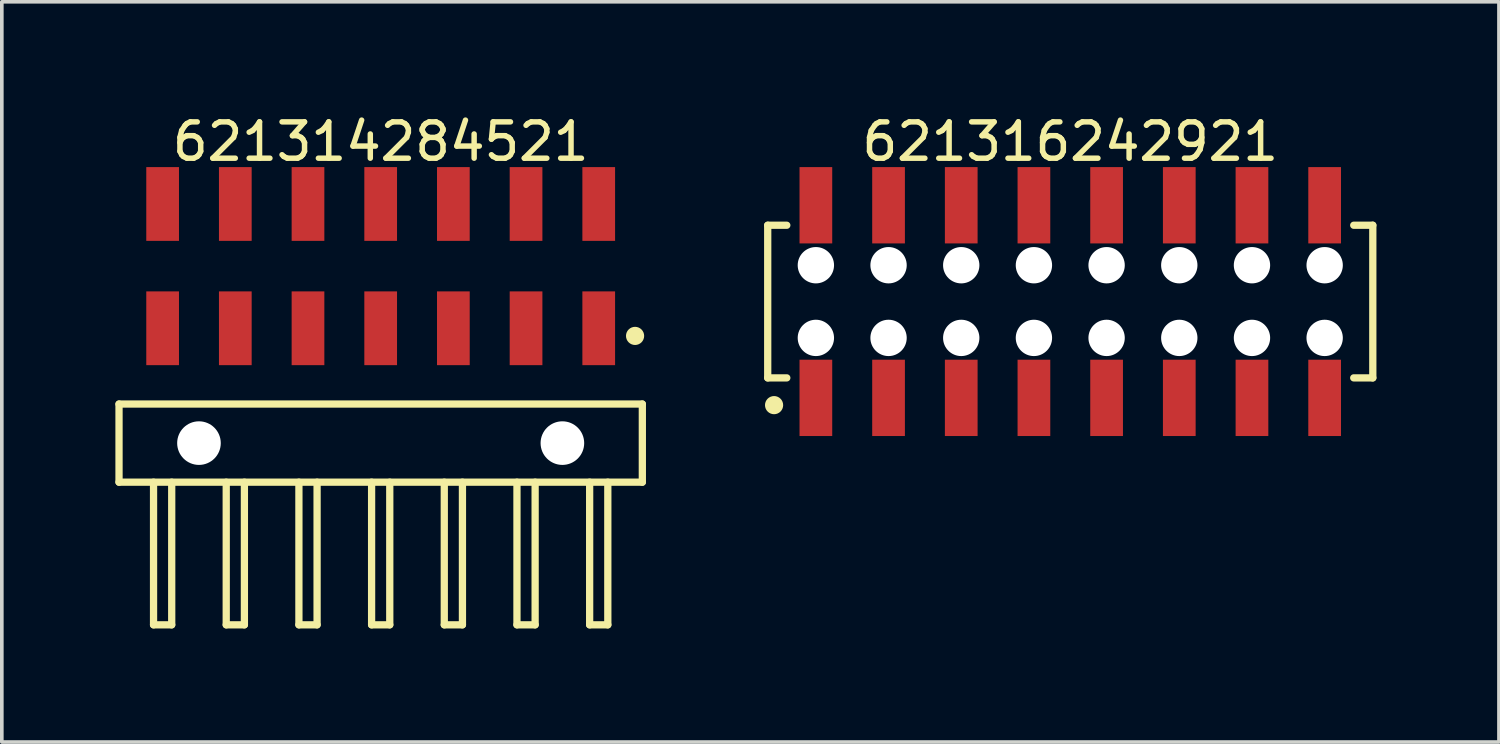
<source format=kicad_pcb>
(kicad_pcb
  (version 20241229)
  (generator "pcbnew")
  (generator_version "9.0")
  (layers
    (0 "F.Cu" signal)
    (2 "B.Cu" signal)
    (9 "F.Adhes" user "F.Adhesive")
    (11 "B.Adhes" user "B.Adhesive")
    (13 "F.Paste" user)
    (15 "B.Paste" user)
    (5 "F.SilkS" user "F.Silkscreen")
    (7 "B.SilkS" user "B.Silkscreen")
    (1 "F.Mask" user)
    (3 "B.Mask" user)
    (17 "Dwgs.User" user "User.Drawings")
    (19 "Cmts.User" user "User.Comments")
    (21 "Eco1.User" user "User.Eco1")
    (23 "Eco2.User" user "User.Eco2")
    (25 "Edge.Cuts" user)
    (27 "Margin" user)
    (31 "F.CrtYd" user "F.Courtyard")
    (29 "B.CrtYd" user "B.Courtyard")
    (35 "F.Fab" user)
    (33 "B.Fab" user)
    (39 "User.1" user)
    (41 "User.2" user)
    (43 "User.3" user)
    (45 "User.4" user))
  (footprint "621314284521"
    (layer "F.Cu")
    (at 7.425 9.143)
    (property "Reference" "621314284521" (at 0 -8.295 0) (layer "F.SilkS") (effects (font (size 1 1) (thickness 0.15))))
    (fp_line (start -7.2 -1.075) (end 7.2 -1.075) (stroke (width 0.2) (type solid)) (layer "F.SilkS"))
    (fp_line (start -7.2 1.075) (end -7.2 -1.075) (stroke (width 0.2) (type solid)) (layer "F.SilkS"))
    (fp_line (start -7.2 1.075) (end 7.2 1.075) (stroke (width 0.2) (type solid)) (layer "F.SilkS"))
    (fp_line (start -6.25 5) (end -6.25 1.075) (stroke (width 0.2) (type solid)) (layer "F.SilkS"))
    (fp_line (start -6.25 5) (end -5.75 5) (stroke (width 0.2) (type solid)) (layer "F.SilkS"))
    (fp_line (start -5.75 5) (end -5.75 1.075) (stroke (width 0.2) (type solid)) (layer "F.SilkS"))
    (fp_line (start -4.25 5) (end -4.25 1.075) (stroke (width 0.2) (type solid)) (layer "F.SilkS"))
    (fp_line (start -4.25 5) (end -3.75 5) (stroke (width 0.2) (type solid)) (layer "F.SilkS"))
    (fp_line (start -3.75 5) (end -3.75 1.075) (stroke (width 0.2) (type solid)) (layer "F.SilkS"))
    (fp_line (start -2.25 5) (end -2.25 1.075) (stroke (width 0.2) (type solid)) (layer "F.SilkS"))
    (fp_line (start -2.25 5) (end -1.75 5) (stroke (width 0.2) (type solid)) (layer "F.SilkS"))
    (fp_line (start -1.75 5) (end -1.75 1.075) (stroke (width 0.2) (type solid)) (layer "F.SilkS"))
    (fp_line (start -0.25 5) (end -0.25 1.075) (stroke (width 0.2) (type solid)) (layer "F.SilkS"))
    (fp_line (start -0.25 5) (end 0.25 5) (stroke (width 0.2) (type solid)) (layer "F.SilkS"))
    (fp_line (start 0.25 5) (end 0.25 1.075) (stroke (width 0.2) (type solid)) (layer "F.SilkS"))
    (fp_line (start 1.75 5) (end 1.75 1.075) (stroke (width 0.2) (type solid)) (layer "F.SilkS"))
    (fp_line (start 1.75 5) (end 2.25 5) (stroke (width 0.2) (type solid)) (layer "F.SilkS"))
    (fp_line (start 2.25 5) (end 2.25 1.075) (stroke (width 0.2) (type solid)) (layer "F.SilkS"))
    (fp_line (start 3.75 5) (end 3.75 1.075) (stroke (width 0.2) (type solid)) (layer "F.SilkS"))
    (fp_line (start 3.75 5) (end 4.25 5) (stroke (width 0.2) (type solid)) (layer "F.SilkS"))
    (fp_line (start 4.25 5) (end 4.25 1.075) (stroke (width 0.2) (type solid)) (layer "F.SilkS"))
    (fp_line (start 5.75 5) (end 5.75 1.075) (stroke (width 0.2) (type solid)) (layer "F.SilkS"))
    (fp_line (start 5.75 5) (end 6.25 5) (stroke (width 0.2) (type solid)) (layer "F.SilkS"))
    (fp_line (start 6.25 5) (end 6.25 1.075) (stroke (width 0.2) (type solid)) (layer "F.SilkS"))
    (fp_line (start 7.2 1.075) (end 7.2 -1.075) (stroke (width 0.2) (type solid)) (layer "F.SilkS"))
    (fp_circle (center 7 -2.95) (end 7 -3.075) (stroke (width 0.25) (type solid)) (fill no) (layer "F.SilkS"))
    (fp_line (start -7.4 -7.795) (end 7.4 -7.795) (stroke (width 0.05) (type solid)) (layer "Eco2.User"))
    (fp_line (start -7.4 5.2) (end -7.4 -7.795) (stroke (width 0.05) (type solid)) (layer "Eco2.User"))
    (fp_line (start -7.4 5.2) (end 7.4 5.2) (stroke (width 0.05) (type solid)) (layer "Eco2.User"))
    (fp_line (start -7 -1) (end 7 -1) (stroke (width 0.1) (type solid)) (layer "Eco2.User"))
    (fp_line (start -7 1) (end -7 -1) (stroke (width 0.1) (type solid)) (layer "Eco2.User"))
    (fp_line (start -7 1) (end 7 1) (stroke (width 0.1) (type solid)) (layer "Eco2.User"))
    (fp_line (start -6.25 -7.22) (end -5.75 -7.22) (stroke (width 0.1) (type solid)) (layer "Eco2.User"))
    (fp_line (start -6.25 -3.8) (end -5.75 -3.8) (stroke (width 0.1) (type solid)) (layer "Eco2.User"))
    (fp_line (start -6.25 -1) (end -6.25 -7.22) (stroke (width 0.1) (type solid)) (layer "Eco2.User"))
    (fp_line (start -6.25 5) (end -6.25 1) (stroke (width 0.1) (type solid)) (layer "Eco2.User"))
    (fp_line (start -6.25 5) (end -5.75 5) (stroke (width 0.1) (type solid)) (layer "Eco2.User"))
    (fp_line (start -5.75 -1) (end -5.75 -7.22) (stroke (width 0.1) (type solid)) (layer "Eco2.User"))
    (fp_line (start -5.75 5) (end -5.75 1) (stroke (width 0.1) (type solid)) (layer "Eco2.User"))
    (fp_line (start -4.25 -7.22) (end -3.75 -7.22) (stroke (width 0.1) (type solid)) (layer "Eco2.User"))
    (fp_line (start -4.25 -3.8) (end -3.75 -3.8) (stroke (width 0.1) (type solid)) (layer "Eco2.User"))
    (fp_line (start -4.25 -1) (end -4.25 -7.22) (stroke (width 0.1) (type solid)) (layer "Eco2.User"))
    (fp_line (start -4.25 5) (end -4.25 1) (stroke (width 0.1) (type solid)) (layer "Eco2.User"))
    (fp_line (start -4.25 5) (end -3.75 5) (stroke (width 0.1) (type solid)) (layer "Eco2.User"))
    (fp_line (start -3.75 -1) (end -3.75 -7.22) (stroke (width 0.1) (type solid)) (layer "Eco2.User"))
    (fp_line (start -3.75 5) (end -3.75 1) (stroke (width 0.1) (type solid)) (layer "Eco2.User"))
    (fp_line (start -2.25 -7.22) (end -1.75 -7.22) (stroke (width 0.1) (type solid)) (layer "Eco2.User"))
    (fp_line (start -2.25 -3.8) (end -1.75 -3.8) (stroke (width 0.1) (type solid)) (layer "Eco2.User"))
    (fp_line (start -2.25 -1) (end -2.25 -7.22) (stroke (width 0.1) (type solid)) (layer "Eco2.User"))
    (fp_line (start -2.25 5) (end -2.25 1) (stroke (width 0.1) (type solid)) (layer "Eco2.User"))
    (fp_line (start -2.25 5) (end -1.75 5) (stroke (width 0.1) (type solid)) (layer "Eco2.User"))
    (fp_line (start -1.75 -1) (end -1.75 -7.22) (stroke (width 0.1) (type solid)) (layer "Eco2.User"))
    (fp_line (start -1.75 5) (end -1.75 1) (stroke (width 0.1) (type solid)) (layer "Eco2.User"))
    (fp_line (start -0.5 0) (end 0.5 0) (stroke (width 0.05) (type solid)) (layer "Eco2.User"))
    (fp_line (start -0.25 -7.22) (end 0.25 -7.22) (stroke (width 0.1) (type solid)) (layer "Eco2.User"))
    (fp_line (start -0.25 -3.8) (end 0.25 -3.8) (stroke (width 0.1) (type solid)) (layer "Eco2.User"))
    (fp_line (start -0.25 -1) (end -0.25 -7.22) (stroke (width 0.1) (type solid)) (layer "Eco2.User"))
    (fp_line (start -0.25 5) (end -0.25 1) (stroke (width 0.1) (type solid)) (layer "Eco2.User"))
    (fp_line (start -0.25 5) (end 0.25 5) (stroke (width 0.1) (type solid)) (layer "Eco2.User"))
    (fp_line (start 0 0.5) (end 0 -0.5) (stroke (width 0.05) (type solid)) (layer "Eco2.User"))
    (fp_line (start 0.25 -1) (end 0.25 -7.22) (stroke (width 0.1) (type solid)) (layer "Eco2.User"))
    (fp_line (start 0.25 5) (end 0.25 1) (stroke (width 0.1) (type solid)) (layer "Eco2.User"))
    (fp_line (start 1.75 -7.22) (end 2.25 -7.22) (stroke (width 0.1) (type solid)) (layer "Eco2.User"))
    (fp_line (start 1.75 -3.8) (end 2.25 -3.8) (stroke (width 0.1) (type solid)) (layer "Eco2.User"))
    (fp_line (start 1.75 -1) (end 1.75 -7.22) (stroke (width 0.1) (type solid)) (layer "Eco2.User"))
    (fp_line (start 1.75 5) (end 1.75 1) (stroke (width 0.1) (type solid)) (layer "Eco2.User"))
    (fp_line (start 1.75 5) (end 2.25 5) (stroke (width 0.1) (type solid)) (layer "Eco2.User"))
    (fp_line (start 2.25 -1) (end 2.25 -7.22) (stroke (width 0.1) (type solid)) (layer "Eco2.User"))
    (fp_line (start 2.25 5) (end 2.25 1) (stroke (width 0.1) (type solid)) (layer "Eco2.User"))
    (fp_line (start 3.75 -7.22) (end 4.25 -7.22) (stroke (width 0.1) (type solid)) (layer "Eco2.User"))
    (fp_line (start 3.75 -3.8) (end 4.25 -3.8) (stroke (width 0.1) (type solid)) (layer "Eco2.User"))
    (fp_line (start 3.75 -1) (end 3.75 -7.22) (stroke (width 0.1) (type solid)) (layer "Eco2.User"))
    (fp_line (start 3.75 5) (end 3.75 1) (stroke (width 0.1) (type solid)) (layer "Eco2.User"))
    (fp_line (start 3.75 5) (end 4.25 5) (stroke (width 0.1) (type solid)) (layer "Eco2.User"))
    (fp_line (start 4.25 -1) (end 4.25 -7.22) (stroke (width 0.1) (type solid)) (layer "Eco2.User"))
    (fp_line (start 4.25 5) (end 4.25 1) (stroke (width 0.1) (type solid)) (layer "Eco2.User"))
    (fp_line (start 5.75 5) (end 5.75 1) (stroke (width 0.1) (type solid)) (layer "Eco2.User"))
    (fp_line (start 5.75 5) (end 6.25 5) (stroke (width 0.1) (type solid)) (layer "Eco2.User"))
    (fp_line (start 5.75 -7.22) (end 6.25 -7.22) (stroke (width 0.1) (type solid)) (layer "Eco2.User"))
    (fp_line (start 5.75 -3.8) (end 6.25 -3.8) (stroke (width 0.1) (type solid)) (layer "Eco2.User"))
    (fp_line (start 5.75 -1) (end 5.75 -7.22) (stroke (width 0.1) (type solid)) (layer "Eco2.User"))
    (fp_line (start 6.25 5) (end 6.25 1) (stroke (width 0.1) (type solid)) (layer "Eco2.User"))
    (fp_line (start 6.25 -1) (end 6.25 -7.22) (stroke (width 0.1) (type solid)) (layer "Eco2.User"))
    (fp_line (start 7 1) (end 7 -1) (stroke (width 0.1) (type solid)) (layer "Eco2.User"))
    (fp_line (start 7.4 5.2) (end 7.4 -7.795) (stroke (width 0.05) (type solid)) (layer "Eco2.User"))
    (fp_text user "${REFERENCE}" (at 0.12 -0.158 0) (unlocked yes) (layer "User.3") (effects (font (size 1.2 1.2) (thickness 0.12))))
    (pad "" np_thru_hole circle (at -5 0 180) (size 1.2 1.2) (drill 1.2) (layers "*.Cu" "*.Mask"))
    (pad "" np_thru_hole circle (at 5 0) (size 1.2 1.2) (drill 1.2) (layers "*.Cu" "*.Mask"))
    (pad "1" smd rect (at 6 -3.16) (size 0.9 2.03) (layers "F.Cu" "F.Mask" "F.Paste"))
    (pad "2" smd rect (at 6 -6.58) (size 0.9 2.03) (layers "F.Cu" "F.Mask" "F.Paste"))
    (pad "3" smd rect (at 4 -3.16) (size 0.9 2.03) (layers "F.Cu" "F.Mask" "F.Paste"))
    (pad "4" smd rect (at 4 -6.58) (size 0.9 2.03) (layers "F.Cu" "F.Mask" "F.Paste"))
    (pad "5" smd rect (at 2 -3.16) (size 0.9 2.03) (layers "F.Cu" "F.Mask" "F.Paste"))
    (pad "6" smd rect (at 2 -6.58) (size 0.9 2.03) (layers "F.Cu" "F.Mask" "F.Paste"))
    (pad "7" smd rect (at 0 -3.16) (size 0.9 2.03) (layers "F.Cu" "F.Mask" "F.Paste"))
    (pad "8" smd rect (at 0 -6.58) (size 0.9 2.03) (layers "F.Cu" "F.Mask" "F.Paste"))
    (pad "9" smd rect (at -2 -3.16) (size 0.9 2.03) (layers "F.Cu" "F.Mask" "F.Paste"))
    (pad "10" smd rect (at -2 -6.58) (size 0.9 2.03) (layers "F.Cu" "F.Mask" "F.Paste"))
    (pad "11" smd rect (at -4 -3.16) (size 0.9 2.03) (layers "F.Cu" "F.Mask" "F.Paste"))
    (pad "12" smd rect (at -4 -6.58) (size 0.9 2.03) (layers "F.Cu" "F.Mask" "F.Paste"))
    (pad "13" smd rect (at -6 -3.16) (size 0.9 2.03) (layers "F.Cu" "F.Mask" "F.Paste"))
    (pad "14" smd rect (at -6 -6.58) (size 0.9 2.03) (layers "F.Cu" "F.Mask" "F.Paste")))
  (footprint "621316242921"
    (layer "F.Cu")
    (at 26.4 5.248)
    (property "Reference" "621316242921" (at 0 -4.4 0) (layer "F.SilkS") (effects (font (size 1 1) (thickness 0.15))))
    (fp_line (start -8.325 -2.1) (end -7.8 -2.1) (stroke (width 0.2) (type solid)) (layer "F.SilkS"))
    (fp_line (start -8.325 2.1) (end -8.325 -2.1) (stroke (width 0.2) (type solid)) (layer "F.SilkS"))
    (fp_line (start -8.325 2.1) (end -7.8 2.1) (stroke (width 0.2) (type solid)) (layer "F.SilkS"))
    (fp_line (start 7.8 -2.1) (end 8.325 -2.1) (stroke (width 0.2) (type solid)) (layer "F.SilkS"))
    (fp_line (start 7.8 2.1) (end 8.325 2.1) (stroke (width 0.2) (type solid)) (layer "F.SilkS"))
    (fp_line (start 8.325 2.1) (end 8.325 -2.1) (stroke (width 0.2) (type solid)) (layer "F.SilkS"))
    (fp_circle (center -8.15 2.85) (end -8.15 2.725) (stroke (width 0.25) (type solid)) (fill no) (layer "F.SilkS"))
    (fp_line (start -8.525 -3.9) (end 8.525 -3.9) (stroke (width 0.05) (type solid)) (layer "Eco2.User"))
    (fp_line (start -8.525 3.9) (end -8.525 -3.9) (stroke (width 0.05) (type solid)) (layer "Eco2.User"))
    (fp_line (start -8.525 3.9) (end 8.525 3.9) (stroke (width 0.05) (type solid)) (layer "Eco2.User"))
    (fp_line (start -8.2 -2) (end 8.2 -2) (stroke (width 0.1) (type solid)) (layer "Eco2.User"))
    (fp_line (start -8.2 2) (end -8.2 -2) (stroke (width 0.1) (type solid)) (layer "Eco2.User"))
    (fp_line (start -8.2 2) (end 8.2 2) (stroke (width 0.1) (type solid)) (layer "Eco2.User"))
    (fp_line (start -7.25 -3.1) (end -6.75 -3.1) (stroke (width 0.1) (type solid)) (layer "Eco2.User"))
    (fp_line (start -7.25 -2) (end -7.25 -3.1) (stroke (width 0.1) (type solid)) (layer "Eco2.User"))
    (fp_line (start -7.25 3.1) (end -7.25 2) (stroke (width 0.1) (type solid)) (layer "Eco2.User"))
    (fp_line (start -7.25 3.1) (end -6.75 3.1) (stroke (width 0.1) (type solid)) (layer "Eco2.User"))
    (fp_line (start -6.75 -2) (end -6.75 -3.1) (stroke (width 0.1) (type solid)) (layer "Eco2.User"))
    (fp_line (start -6.75 3.1) (end -6.75 2) (stroke (width 0.1) (type solid)) (layer "Eco2.User"))
    (fp_line (start -5.25 -3.1) (end -4.75 -3.1) (stroke (width 0.1) (type solid)) (layer "Eco2.User"))
    (fp_line (start -5.25 -2) (end -5.25 -3.1) (stroke (width 0.1) (type solid)) (layer "Eco2.User"))
    (fp_line (start -5.25 3.1) (end -5.25 2) (stroke (width 0.1) (type solid)) (layer "Eco2.User"))
    (fp_line (start -5.25 3.1) (end -4.75 3.1) (stroke (width 0.1) (type solid)) (layer "Eco2.User"))
    (fp_line (start -4.75 -2) (end -4.75 -3.1) (stroke (width 0.1) (type solid)) (layer "Eco2.User"))
    (fp_line (start -4.75 3.1) (end -4.75 2) (stroke (width 0.1) (type solid)) (layer "Eco2.User"))
    (fp_line (start -3.25 -3.1) (end -2.75 -3.1) (stroke (width 0.1) (type solid)) (layer "Eco2.User"))
    (fp_line (start -3.25 -2) (end -3.25 -3.1) (stroke (width 0.1) (type solid)) (layer "Eco2.User"))
    (fp_line (start -3.25 3.1) (end -3.25 2) (stroke (width 0.1) (type solid)) (layer "Eco2.User"))
    (fp_line (start -3.25 3.1) (end -2.75 3.1) (stroke (width 0.1) (type solid)) (layer "Eco2.User"))
    (fp_line (start -2.75 -2) (end -2.75 -3.1) (stroke (width 0.1) (type solid)) (layer "Eco2.User"))
    (fp_line (start -2.75 3.1) (end -2.75 2) (stroke (width 0.1) (type solid)) (layer "Eco2.User"))
    (fp_line (start -1.25 -3.1) (end -0.75 -3.1) (stroke (width 0.1) (type solid)) (layer "Eco2.User"))
    (fp_line (start -1.25 -2) (end -1.25 -3.1) (stroke (width 0.1) (type solid)) (layer "Eco2.User"))
    (fp_line (start -1.25 3.1) (end -1.25 2) (stroke (width 0.1) (type solid)) (layer "Eco2.User"))
    (fp_line (start -1.25 3.1) (end -0.75 3.1) (stroke (width 0.1) (type solid)) (layer "Eco2.User"))
    (fp_line (start -0.75 -2) (end -0.75 -3.1) (stroke (width 0.1) (type solid)) (layer "Eco2.User"))
    (fp_line (start -0.75 3.1) (end -0.75 2) (stroke (width 0.1) (type solid)) (layer "Eco2.User"))
    (fp_line (start -0.5 0) (end 0.5 0) (stroke (width 0.05) (type solid)) (layer "Eco2.User"))
    (fp_line (start 0 0.5) (end 0 -0.5) (stroke (width 0.05) (type solid)) (layer "Eco2.User"))
    (fp_line (start 0.75 -3.1) (end 1.25 -3.1) (stroke (width 0.1) (type solid)) (layer "Eco2.User"))
    (fp_line (start 0.75 -2) (end 0.75 -3.1) (stroke (width 0.1) (type solid)) (layer "Eco2.User"))
    (fp_line (start 0.75 3.1) (end 0.75 2) (stroke (width 0.1) (type solid)) (layer "Eco2.User"))
    (fp_line (start 0.75 3.1) (end 1.25 3.1) (stroke (width 0.1) (type solid)) (layer "Eco2.User"))
    (fp_line (start 1.25 -2) (end 1.25 -3.1) (stroke (width 0.1) (type solid)) (layer "Eco2.User"))
    (fp_line (start 1.25 3.1) (end 1.25 2) (stroke (width 0.1) (type solid)) (layer "Eco2.User"))
    (fp_line (start 2.75 -3.1) (end 3.25 -3.1) (stroke (width 0.1) (type solid)) (layer "Eco2.User"))
    (fp_line (start 2.75 -2) (end 2.75 -3.1) (stroke (width 0.1) (type solid)) (layer "Eco2.User"))
    (fp_line (start 2.75 3.1) (end 2.75 2) (stroke (width 0.1) (type solid)) (layer "Eco2.User"))
    (fp_line (start 2.75 3.1) (end 3.25 3.1) (stroke (width 0.1) (type solid)) (layer "Eco2.User"))
    (fp_line (start 3.25 -2) (end 3.25 -3.1) (stroke (width 0.1) (type solid)) (layer "Eco2.User"))
    (fp_line (start 3.25 3.1) (end 3.25 2) (stroke (width 0.1) (type solid)) (layer "Eco2.User"))
    (fp_line (start 4.75 -3.1) (end 5.25 -3.1) (stroke (width 0.1) (type solid)) (layer "Eco2.User"))
    (fp_line (start 4.75 -2) (end 4.75 -3.1) (stroke (width 0.1) (type solid)) (layer "Eco2.User"))
    (fp_line (start 4.75 3.1) (end 4.75 2) (stroke (width 0.1) (type solid)) (layer "Eco2.User"))
    (fp_line (start 4.75 3.1) (end 5.25 3.1) (stroke (width 0.1) (type solid)) (layer "Eco2.User"))
    (fp_line (start 5.25 -2) (end 5.25 -3.1) (stroke (width 0.1) (type solid)) (layer "Eco2.User"))
    (fp_line (start 5.25 3.1) (end 5.25 2) (stroke (width 0.1) (type solid)) (layer "Eco2.User"))
    (fp_line (start 6.75 -3.1) (end 7.25 -3.1) (stroke (width 0.1) (type solid)) (layer "Eco2.User"))
    (fp_line (start 6.75 -2) (end 6.75 -3.1) (stroke (width 0.1) (type solid)) (layer "Eco2.User"))
    (fp_line (start 6.75 3.1) (end 6.75 2) (stroke (width 0.1) (type solid)) (layer "Eco2.User"))
    (fp_line (start 6.75 3.1) (end 7.25 3.1) (stroke (width 0.1) (type solid)) (layer "Eco2.User"))
    (fp_line (start 7.25 -2) (end 7.25 -3.1) (stroke (width 0.1) (type solid)) (layer "Eco2.User"))
    (fp_line (start 7.25 3.1) (end 7.25 2) (stroke (width 0.1) (type solid)) (layer "Eco2.User"))
    (fp_line (start 8.2 2) (end 8.2 -2) (stroke (width 0.1) (type solid)) (layer "Eco2.User"))
    (fp_line (start 8.525 3.9) (end 8.525 -3.9) (stroke (width 0.05) (type solid)) (layer "Eco2.User"))
    (fp_text user "${REFERENCE}" (at 0.15 -0.197 0) (unlocked yes) (layer "User.3") (effects (font (size 1.5 1.5) (thickness 0.15))))
    (pad "" np_thru_hole circle (at -7 -1) (size 1 1) (drill 1) (layers "*.Cu" "*.Mask"))
    (pad "" np_thru_hole circle (at -7 1) (size 1 1) (drill 1) (layers "*.Cu" "*.Mask"))
    (pad "" np_thru_hole circle (at -5 -1) (size 1 1) (drill 1) (layers "*.Cu" "*.Mask"))
    (pad "" np_thru_hole circle (at -5 1) (size 1 1) (drill 1) (layers "*.Cu" "*.Mask"))
    (pad "" np_thru_hole circle (at -3 -1) (size 1 1) (drill 1) (layers "*.Cu" "*.Mask"))
    (pad "" np_thru_hole circle (at -3 1) (size 1 1) (drill 1) (layers "*.Cu" "*.Mask"))
    (pad "" np_thru_hole circle (at -1 -1) (size 1 1) (drill 1) (layers "*.Cu" "*.Mask"))
    (pad "" np_thru_hole circle (at -1 1) (size 1 1) (drill 1) (layers "*.Cu" "*.Mask"))
    (pad "" np_thru_hole circle (at 1 -1) (size 1 1) (drill 1) (layers "*.Cu" "*.Mask"))
    (pad "" np_thru_hole circle (at 1 1) (size 1 1) (drill 1) (layers "*.Cu" "*.Mask"))
    (pad "" np_thru_hole circle (at 3 -1) (size 1 1) (drill 1) (layers "*.Cu" "*.Mask"))
    (pad "" np_thru_hole circle (at 3 1) (size 1 1) (drill 1) (layers "*.Cu" "*.Mask"))
    (pad "" np_thru_hole circle (at 5 -1) (size 1 1) (drill 1) (layers "*.Cu" "*.Mask"))
    (pad "" np_thru_hole circle (at 5 1) (size 1 1) (drill 1) (layers "*.Cu" "*.Mask"))
    (pad "" np_thru_hole circle (at 7 -1) (size 1 1) (drill 1) (layers "*.Cu" "*.Mask"))
    (pad "" np_thru_hole circle (at 7 1) (size 1 1) (drill 1) (layers "*.Cu" "*.Mask"))
    (pad "1" smd rect (at -7 2.65) (size 0.9 2.1) (layers "F.Cu" "F.Mask" "F.Paste"))
    (pad "2" smd rect (at -7 -2.65) (size 0.9 2.1) (layers "F.Cu" "F.Mask" "F.Paste"))
    (pad "3" smd rect (at -5 2.65) (size 0.9 2.1) (layers "F.Cu" "F.Mask" "F.Paste"))
    (pad "4" smd rect (at -5 -2.65) (size 0.9 2.1) (layers "F.Cu" "F.Mask" "F.Paste"))
    (pad "5" smd rect (at -3 2.65) (size 0.9 2.1) (layers "F.Cu" "F.Mask" "F.Paste"))
    (pad "6" smd rect (at -3 -2.65) (size 0.9 2.1) (layers "F.Cu" "F.Mask" "F.Paste"))
    (pad "7" smd rect (at -1 2.65) (size 0.9 2.1) (layers "F.Cu" "F.Mask" "F.Paste"))
    (pad "8" smd rect (at -1 -2.65) (size 0.9 2.1) (layers "F.Cu" "F.Mask" "F.Paste"))
    (pad "9" smd rect (at 1 2.65) (size 0.9 2.1) (layers "F.Cu" "F.Mask" "F.Paste"))
    (pad "10" smd rect (at 1 -2.65) (size 0.9 2.1) (layers "F.Cu" "F.Mask" "F.Paste"))
    (pad "11" smd rect (at 3 2.65) (size 0.9 2.1) (layers "F.Cu" "F.Mask" "F.Paste"))
    (pad "12" smd rect (at 3 -2.65) (size 0.9 2.1) (layers "F.Cu" "F.Mask" "F.Paste"))
    (pad "13" smd rect (at 5 2.65) (size 0.9 2.1) (layers "F.Cu" "F.Mask" "F.Paste"))
    (pad "14" smd rect (at 5 -2.65) (size 0.9 2.1) (layers "F.Cu" "F.Mask" "F.Paste"))
    (pad "15" smd rect (at 7 2.65) (size 0.9 2.1) (layers "F.Cu" "F.Mask" "F.Paste"))
    (pad "16" smd rect (at 7 -2.65) (size 0.9 2.1) (layers "F.Cu" "F.Mask" "F.Paste")))
  (gr_rect
    (start -3 -3)
    (end 38.196 17.368)
    (stroke (width 0.1) (type default))
    (fill no)
    (layer "Edge.Cuts")))
</source>
